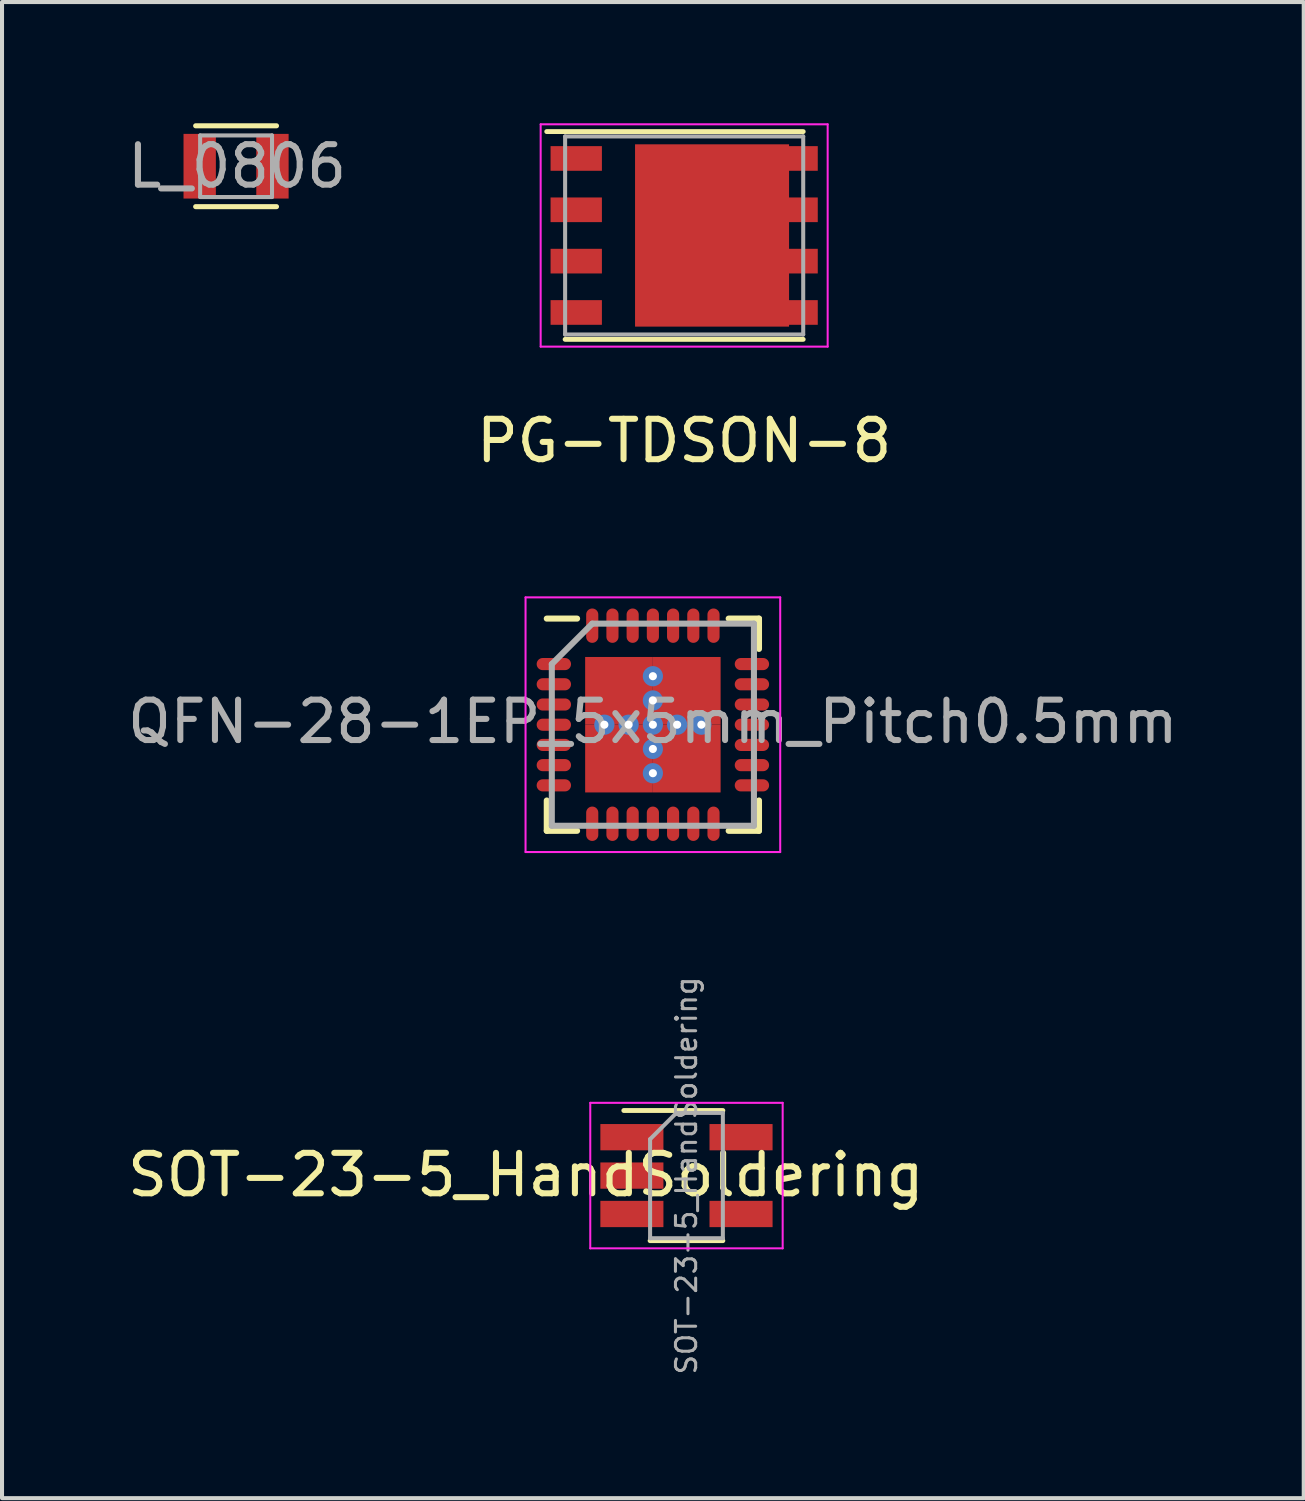
<source format=kicad_pcb>
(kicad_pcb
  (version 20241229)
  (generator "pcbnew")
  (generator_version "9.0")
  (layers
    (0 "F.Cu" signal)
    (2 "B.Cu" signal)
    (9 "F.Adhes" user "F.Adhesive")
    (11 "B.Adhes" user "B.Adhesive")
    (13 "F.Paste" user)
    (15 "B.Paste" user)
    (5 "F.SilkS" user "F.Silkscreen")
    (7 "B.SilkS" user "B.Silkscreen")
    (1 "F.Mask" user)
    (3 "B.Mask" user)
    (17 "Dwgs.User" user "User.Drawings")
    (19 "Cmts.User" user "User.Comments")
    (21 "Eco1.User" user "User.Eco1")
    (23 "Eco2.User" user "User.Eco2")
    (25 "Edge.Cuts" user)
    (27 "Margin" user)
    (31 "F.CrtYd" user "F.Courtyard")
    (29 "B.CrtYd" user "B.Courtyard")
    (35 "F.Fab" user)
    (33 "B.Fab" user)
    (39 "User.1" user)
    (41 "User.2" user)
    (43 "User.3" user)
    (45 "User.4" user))
  (footprint "SOT-23-5_HandSoldering"
    (layer "F.Cu")
    (at 13.932 26.032)
    (property "Reference" "SOT-23-5_HandSoldering" (at -3.974 -0.017 0) (layer "F.SilkS") (effects (font (size 1 1) (thickness 0.15))))
    (attr smd)
    (fp_line (start -0.9 1.61) (end 0.9 1.61) (stroke (width 0.12) (type solid)) (layer "F.SilkS"))
    (fp_line (start 0.9 -1.61) (end -1.55 -1.61) (stroke (width 0.12) (type solid)) (layer "F.SilkS"))
    (fp_line (start -2.38 -1.8) (end -2.38 1.8) (stroke (width 0.05) (type solid)) (layer "F.CrtYd"))
    (fp_line (start -2.38 -1.8) (end 2.38 -1.8) (stroke (width 0.05) (type solid)) (layer "F.CrtYd"))
    (fp_line (start 2.38 1.8) (end -2.38 1.8) (stroke (width 0.05) (type solid)) (layer "F.CrtYd"))
    (fp_line (start 2.38 1.8) (end 2.38 -1.8) (stroke (width 0.05) (type solid)) (layer "F.CrtYd"))
    (fp_line (start -0.9 -0.9) (end -0.9 1.55) (stroke (width 0.1) (type solid)) (layer "F.Fab"))
    (fp_line (start -0.9 -0.9) (end -0.25 -1.55) (stroke (width 0.1) (type solid)) (layer "F.Fab"))
    (fp_line (start 0.9 -1.55) (end -0.25 -1.55) (stroke (width 0.1) (type solid)) (layer "F.Fab"))
    (fp_line (start 0.9 -1.55) (end 0.9 1.55) (stroke (width 0.1) (type solid)) (layer "F.Fab"))
    (fp_line (start 0.9 1.55) (end -0.9 1.55) (stroke (width 0.1) (type solid)) (layer "F.Fab"))
    (fp_text user "${REFERENCE}" (at 0 0 90) (layer "F.Fab") (effects (font (size 0.5 0.5) (thickness 0.075))))
    (pad "1" smd rect (at -1.35 -0.95) (size 1.56 0.65) (layers "F.Cu" "F.Mask" "F.Paste"))
    (pad "2" smd rect (at -1.35 0) (size 1.56 0.65) (layers "F.Cu" "F.Mask" "F.Paste"))
    (pad "3" smd rect (at -1.35 0.95) (size 1.56 0.65) (layers "F.Cu" "F.Mask" "F.Paste"))
    (pad "4" smd rect (at 1.35 0.95) (size 1.56 0.65) (layers "F.Cu" "F.Mask" "F.Paste"))
    (pad "5" smd rect (at 1.35 -0.95) (size 1.56 0.65) (layers "F.Cu" "F.Mask" "F.Paste")))
  (footprint "L_0806"
    (layer "F.Cu")
    (at 2.79 1.062)
    (property "Reference" "L_0806" (at 0.025 0 0) (layer "F.Fab") (effects (font (size 1 1) (thickness 0.15))))
    (attr through_hole)
    (fp_line (start -1 -1) (end 1 -1) (stroke (width 0.125) (type solid)) (layer "F.SilkS"))
    (fp_line (start 1 1) (end -1 1) (stroke (width 0.125) (type solid)) (layer "F.SilkS"))
    (fp_line (start -0.889 -0.762) (end 0.889 -0.762) (stroke (width 0.1) (type solid)) (layer "F.Fab"))
    (fp_line (start -0.889 0.762) (end -0.889 -0.762) (stroke (width 0.1) (type solid)) (layer "F.Fab"))
    (fp_line (start 0.889 -0.762) (end 0.889 0.762) (stroke (width 0.1) (type solid)) (layer "F.Fab"))
    (fp_line (start 0.889 0.762) (end -0.889 0.762) (stroke (width 0.1) (type solid)) (layer "F.Fab"))
    (pad "1" smd rect (at -0.9 0) (size 0.8 1.6) (layers "F.Cu" "F.Mask" "F.Paste"))
    (pad "2" smd rect (at 0.9 0 180) (size 0.8 1.6) (layers "F.Cu" "F.Mask" "F.Paste")))
  (footprint "QFN-28-1EP_5x5mm_Pitch0.5mm"
    (layer "F.Cu")
    (at 13.101 14.878)
    (property "Reference" "QFN-28-1EP_5x5mm_Pitch0.5mm" (at 0 -0.075 0) (layer "F.Fab") (effects (font (size 1 1) (thickness 0.15))))
    (attr smd)
    (fp_line (start -2.625 -2.625) (end -1.875 -2.625) (stroke (width 0.15) (type solid)) (layer "F.SilkS"))
    (fp_line (start -2.625 2.625) (end -2.625 1.875) (stroke (width 0.15) (type solid)) (layer "F.SilkS"))
    (fp_line (start -2.625 2.625) (end -1.875 2.625) (stroke (width 0.15) (type solid)) (layer "F.SilkS"))
    (fp_line (start 2.625 -2.625) (end 1.875 -2.625) (stroke (width 0.15) (type solid)) (layer "F.SilkS"))
    (fp_line (start 2.625 -2.625) (end 2.625 -1.875) (stroke (width 0.15) (type solid)) (layer "F.SilkS"))
    (fp_line (start 2.625 2.625) (end 1.875 2.625) (stroke (width 0.15) (type solid)) (layer "F.SilkS"))
    (fp_line (start 2.625 2.625) (end 2.625 1.875) (stroke (width 0.15) (type solid)) (layer "F.SilkS"))
    (fp_line (start -3.15 -3.15) (end -3.15 3.15) (stroke (width 0.05) (type solid)) (layer "F.CrtYd"))
    (fp_line (start -3.15 -3.15) (end 3.15 -3.15) (stroke (width 0.05) (type solid)) (layer "F.CrtYd"))
    (fp_line (start -3.15 3.15) (end 3.15 3.15) (stroke (width 0.05) (type solid)) (layer "F.CrtYd"))
    (fp_line (start 3.15 -3.15) (end 3.15 3.15) (stroke (width 0.05) (type solid)) (layer "F.CrtYd"))
    (fp_line (start -2.5 -1.5) (end -1.5 -2.5) (stroke (width 0.15) (type solid)) (layer "F.Fab"))
    (fp_line (start -2.5 2.5) (end -2.5 -1.5) (stroke (width 0.15) (type solid)) (layer "F.Fab"))
    (fp_line (start -1.5 -2.5) (end 2.5 -2.5) (stroke (width 0.15) (type solid)) (layer "F.Fab"))
    (fp_line (start 2.5 -2.5) (end 2.5 2.5) (stroke (width 0.15) (type solid)) (layer "F.Fab"))
    (fp_line (start 2.5 2.5) (end -2.5 2.5) (stroke (width 0.15) (type solid)) (layer "F.Fab"))
    (pad "1" smd oval (at -2.45 -1.5) (size 0.85 0.3) (layers "F.Cu" "F.Mask" "F.Paste"))
    (pad "2" smd oval (at -2.45 -1) (size 0.85 0.3) (layers "F.Cu" "F.Mask" "F.Paste"))
    (pad "3" smd oval (at -2.45 -0.5) (size 0.85 0.3) (layers "F.Cu" "F.Mask" "F.Paste"))
    (pad "4" smd oval (at -2.45 0) (size 0.85 0.3) (layers "F.Cu" "F.Mask" "F.Paste"))
    (pad "5" smd oval (at -2.45 0.5) (size 0.85 0.3) (layers "F.Cu" "F.Mask" "F.Paste"))
    (pad "6" smd oval (at -2.45 1) (size 0.85 0.3) (layers "F.Cu" "F.Mask" "F.Paste"))
    (pad "7" smd oval (at -2.45 1.5) (size 0.85 0.3) (layers "F.Cu" "F.Mask" "F.Paste"))
    (pad "8" smd oval (at -1.5 2.45 90) (size 0.85 0.3) (layers "F.Cu" "F.Mask" "F.Paste"))
    (pad "9" smd oval (at -1 2.45 90) (size 0.85 0.3) (layers "F.Cu" "F.Mask" "F.Paste"))
    (pad "10" smd oval (at -0.5 2.45 90) (size 0.85 0.3) (layers "F.Cu" "F.Mask" "F.Paste"))
    (pad "11" smd oval (at 0 2.45 90) (size 0.85 0.3) (layers "F.Cu" "F.Mask" "F.Paste"))
    (pad "12" smd oval (at 0.5 2.45 90) (size 0.85 0.3) (layers "F.Cu" "F.Mask" "F.Paste"))
    (pad "13" smd oval (at 1 2.45 90) (size 0.85 0.3) (layers "F.Cu" "F.Mask" "F.Paste"))
    (pad "14" smd oval (at 1.5 2.45 90) (size 0.85 0.3) (layers "F.Cu" "F.Mask" "F.Paste"))
    (pad "15" smd oval (at 2.45 1.5) (size 0.85 0.3) (layers "F.Cu" "F.Mask" "F.Paste"))
    (pad "16" smd oval (at 2.45 1) (size 0.85 0.3) (layers "F.Cu" "F.Mask" "F.Paste"))
    (pad "17" smd oval (at 2.45 0.5) (size 0.85 0.3) (layers "F.Cu" "F.Mask" "F.Paste"))
    (pad "18" smd oval (at 2.45 0) (size 0.85 0.3) (layers "F.Cu" "F.Mask" "F.Paste"))
    (pad "19" smd oval (at 2.45 -0.5) (size 0.85 0.3) (layers "F.Cu" "F.Mask" "F.Paste"))
    (pad "20" smd oval (at 2.45 -1) (size 0.85 0.3) (layers "F.Cu" "F.Mask" "F.Paste"))
    (pad "21" smd oval (at 2.45 -1.5) (size 0.85 0.3) (layers "F.Cu" "F.Mask" "F.Paste"))
    (pad "22" smd oval (at 1.5 -2.45 90) (size 0.85 0.3) (layers "F.Cu" "F.Mask" "F.Paste"))
    (pad "23" smd oval (at 1 -2.45 90) (size 0.85 0.3) (layers "F.Cu" "F.Mask" "F.Paste"))
    (pad "24" smd oval (at 0.5 -2.45 90) (size 0.85 0.3) (layers "F.Cu" "F.Mask" "F.Paste"))
    (pad "25" smd oval (at 0 -2.45 90) (size 0.85 0.3) (layers "F.Cu" "F.Mask" "F.Paste"))
    (pad "26" smd oval (at -0.5 -2.45 90) (size 0.85 0.3) (layers "F.Cu" "F.Mask" "F.Paste"))
    (pad "27" smd oval (at -1 -2.45 90) (size 0.85 0.3) (layers "F.Cu" "F.Mask" "F.Paste"))
    (pad "28" smd oval (at -1.5 -2.45 90) (size 0.85 0.3) (layers "F.Cu" "F.Mask" "F.Paste"))
    (pad "29" thru_hole circle (at -1.2 0) (size 0.5 0.5) (drill 0.2) (layers "*.Cu" "*.Mask"))
    (pad "29" smd rect (at -0.838 -0.838) (size 1.675 1.675) (layers "F.Cu" "F.Mask" "F.Paste"))
    (pad "29" smd rect (at -0.838 0.838) (size 1.675 1.675) (layers "F.Cu" "F.Mask" "F.Paste"))
    (pad "29" thru_hole circle (at -0.6 0) (size 0.5 0.5) (drill 0.2) (layers "*.Cu" "*.Mask"))
    (pad "29" thru_hole circle (at 0 -1.2) (size 0.5 0.5) (drill 0.2) (layers "*.Cu" "*.Mask"))
    (pad "29" thru_hole circle (at 0 -0.6) (size 0.5 0.5) (drill 0.2) (layers "*.Cu" "*.Mask"))
    (pad "29" thru_hole circle (at 0 0) (size 0.5 0.5) (drill 0.2) (layers "*.Cu" "*.Mask"))
    (pad "29" thru_hole circle (at 0 0.6) (size 0.5 0.5) (drill 0.2) (layers "*.Cu" "*.Mask"))
    (pad "29" thru_hole circle (at 0 1.2) (size 0.5 0.5) (drill 0.2) (layers "*.Cu" "*.Mask"))
    (pad "29" thru_hole circle (at 0.6 0) (size 0.5 0.5) (drill 0.2) (layers "*.Cu" "*.Mask"))
    (pad "29" smd rect (at 0.838 -0.838) (size 1.675 1.675) (layers "F.Cu" "F.Mask" "F.Paste"))
    (pad "29" smd rect (at 0.838 0.838) (size 1.675 1.675) (layers "F.Cu" "F.Mask" "F.Paste"))
    (pad "29" thru_hole circle (at 1.2 0) (size 0.5 0.5) (drill 0.2) (layers "*.Cu" "*.Mask")))
  (footprint "PG-TDSON-8"
    (layer "F.Cu")
    (at 13.875 2.775)
    (property "Reference" "PG-TDSON-8" (at 0 5.08 0) (layer "F.SilkS") (effects (font (size 1 1) (thickness 0.15))))
    (attr through_hole)
    (fp_line (start -3.4 -2.57) (end 2.945 -2.57) (stroke (width 0.12) (type solid)) (layer "F.SilkS"))
    (fp_line (start -2.945 2.57) (end 2.945 2.57) (stroke (width 0.12) (type solid)) (layer "F.SilkS"))
    (fp_line (start -3.55 -2.75) (end -3.55 2.75) (stroke (width 0.05) (type solid)) (layer "F.CrtYd"))
    (fp_line (start -3.55 -2.75) (end 3.55 -2.75) (stroke (width 0.05) (type solid)) (layer "F.CrtYd"))
    (fp_line (start -3.55 2.75) (end 3.55 2.75) (stroke (width 0.05) (type solid)) (layer "F.CrtYd"))
    (fp_line (start 3.55 -2.75) (end 3.55 2.75) (stroke (width 0.05) (type solid)) (layer "F.CrtYd"))
    (fp_line (start -2.945 -2.45) (end 2.945 -2.45) (stroke (width 0.1) (type solid)) (layer "F.Fab"))
    (fp_line (start -2.945 2.45) (end -2.945 -2.45) (stroke (width 0.1) (type solid)) (layer "F.Fab"))
    (fp_line (start 2.945 -2.45) (end 2.945 2.45) (stroke (width 0.1) (type solid)) (layer "F.Fab"))
    (fp_line (start 2.945 2.45) (end -2.945 2.45) (stroke (width 0.1) (type solid)) (layer "F.Fab"))
    (pad "1" smd rect (at 0.69 0) (size 3.81 4.51) (layers "F.Cu" "F.Mask" "F.Paste"))
    (pad "1" smd rect (at 2.795 -1.905) (size 1.02 0.61) (layers "F.Cu" "F.Mask" "F.Paste"))
    (pad "1" smd rect (at 2.795 -0.635) (size 1.02 0.61) (layers "F.Cu" "F.Mask" "F.Paste"))
    (pad "1" smd rect (at 2.795 0.635) (size 1.02 0.61) (layers "F.Cu" "F.Mask" "F.Paste"))
    (pad "1" smd rect (at 2.795 1.905) (size 1.02 0.61) (layers "F.Cu" "F.Mask" "F.Paste"))
    (pad "2" smd rect (at -2.67 1.905) (size 1.27 0.61) (layers "F.Cu" "F.Mask" "F.Paste"))
    (pad "3" smd rect (at -2.67 -1.905) (size 1.27 0.61) (layers "F.Cu" "F.Mask" "F.Paste"))
    (pad "3" smd rect (at -2.67 -0.635) (size 1.27 0.61) (layers "F.Cu" "F.Mask" "F.Paste"))
    (pad "3" smd rect (at -2.67 0.635) (size 1.27 0.61) (layers "F.Cu" "F.Mask" "F.Paste")))
  (gr_rect
    (start -3 -3)
    (end 29.202 34.012)
    (stroke (width 0.1) (type default))
    (fill no)
    (layer "Edge.Cuts")))
</source>
